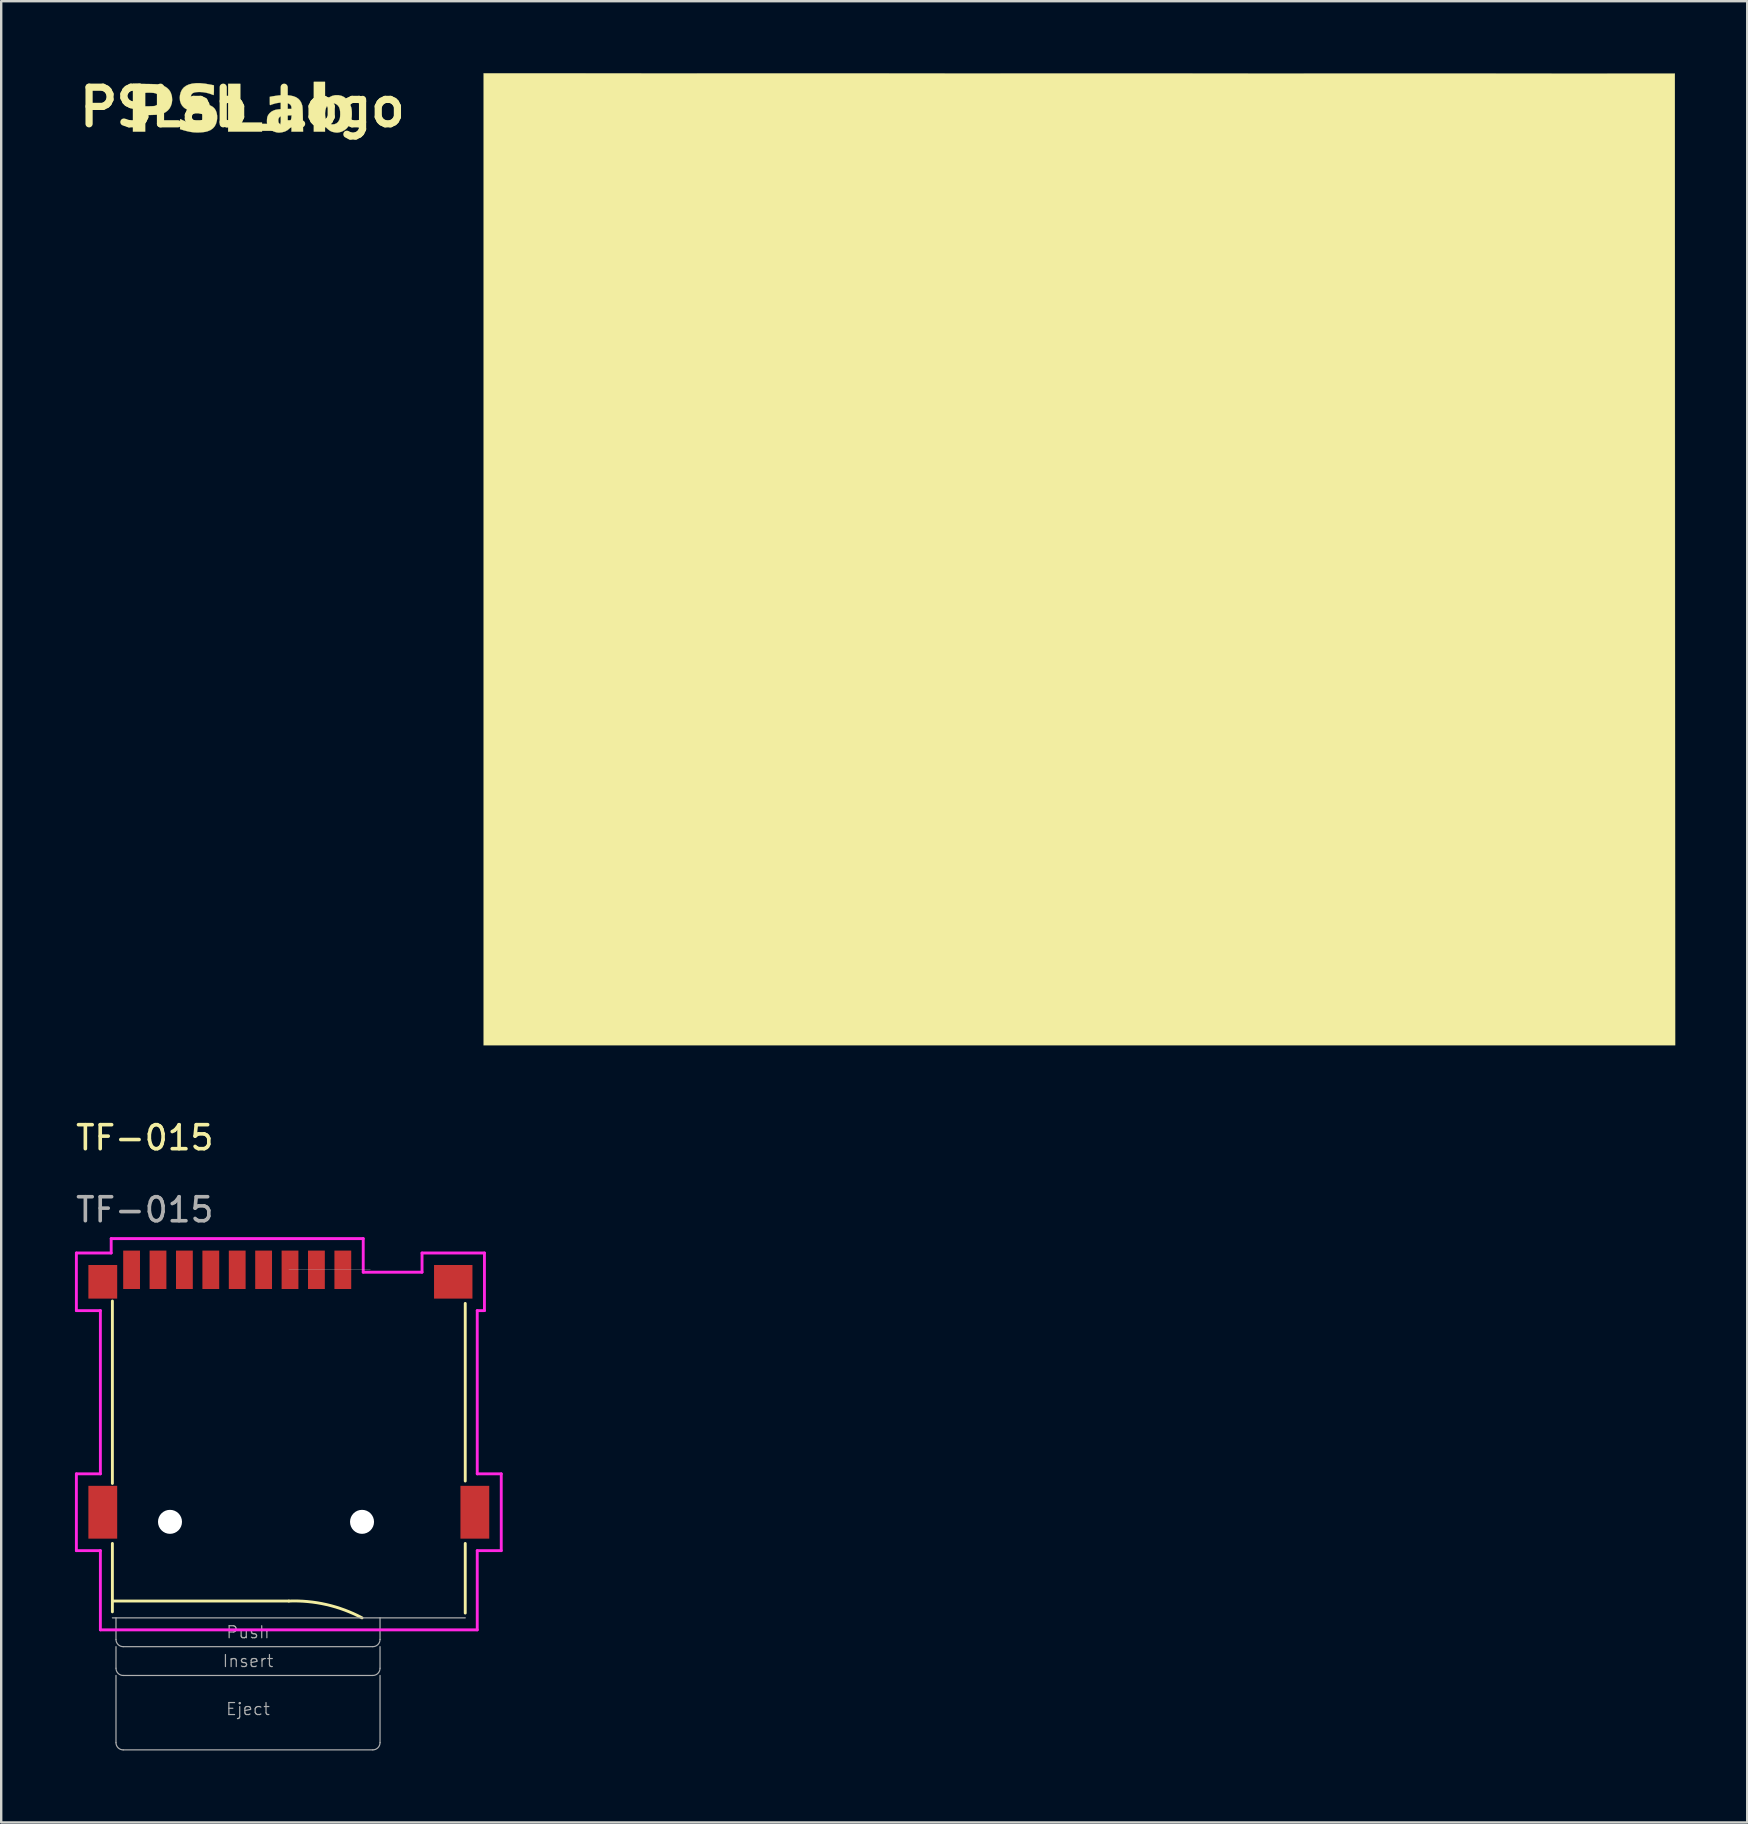
<source format=kicad_pcb>
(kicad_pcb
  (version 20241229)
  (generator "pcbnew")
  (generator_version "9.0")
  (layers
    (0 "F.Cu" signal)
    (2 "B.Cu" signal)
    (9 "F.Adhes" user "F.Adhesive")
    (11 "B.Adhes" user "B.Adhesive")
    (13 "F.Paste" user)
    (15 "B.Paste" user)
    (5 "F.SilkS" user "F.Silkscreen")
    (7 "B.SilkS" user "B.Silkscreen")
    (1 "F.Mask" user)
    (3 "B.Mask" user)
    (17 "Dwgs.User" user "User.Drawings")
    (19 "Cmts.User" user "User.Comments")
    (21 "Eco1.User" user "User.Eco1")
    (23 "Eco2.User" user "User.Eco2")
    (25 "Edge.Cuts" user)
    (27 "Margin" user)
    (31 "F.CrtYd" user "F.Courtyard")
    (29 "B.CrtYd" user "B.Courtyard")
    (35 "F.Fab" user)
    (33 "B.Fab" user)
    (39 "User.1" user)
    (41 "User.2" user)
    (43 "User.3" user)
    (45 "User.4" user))
  (footprint "PSLab_Logo"
    (layer "F.Cu")
    (at 7.047 1.418)
    (property "Reference" "PSLab_Logo" (at 0 0 0) (layer "F.SilkS") (effects (font (size 1.524 1.524) (thickness 0.3))))
    (attr through_hole)
    (fp_poly (pts (xy -0.085 0.635) (xy 0.818 0.635) (xy 0.818 1.016) (xy -0.593 1.016) (xy -0.593 -0.974) (xy -0.085 -0.974) (xy -0.085 0.635)) (stroke (width 0.01) (type solid)) (fill yes) (layer "F.SilkS"))
    (fp_poly (pts (xy -4.032 -0.97) (xy -3.883 -0.968) (xy -3.758 -0.965) (xy -3.655 -0.962) (xy -3.571 -0.958) (xy -3.502 -0.953) (xy -3.445 -0.945) (xy -3.396 -0.935) (xy -3.353 -0.922) (xy -3.313 -0.907) (xy -3.271 -0.888) (xy -3.244 -0.874) (xy -3.136 -0.806) (xy -3.051 -0.722) (xy -2.988 -0.621) (xy -2.946 -0.501) (xy -2.933 -0.434) (xy -2.924 -0.3) (xy -2.939 -0.173) (xy -2.977 -0.055) (xy -3.034 0.05) (xy -3.111 0.139) (xy -3.206 0.209) (xy -3.237 0.226) (xy -3.299 0.254) (xy -3.357 0.276) (xy -3.418 0.292) (xy -3.486 0.304) (xy -3.567 0.312) (xy -3.667 0.317) (xy -3.771 0.321) (xy -4.05 0.328) (xy -4.05 1.016) (xy -4.558 1.016) (xy -4.558 -0.607) (xy -4.05 -0.607) (xy -4.05 -0.042) (xy -3.87 -0.042) (xy -3.796 -0.044) (xy -3.728 -0.047) (xy -3.673 -0.051) (xy -3.638 -0.057) (xy -3.638 -0.057) (xy -3.565 -0.091) (xy -3.508 -0.143) (xy -3.468 -0.209) (xy -3.448 -0.284) (xy -3.447 -0.362) (xy -3.468 -0.44) (xy -3.51 -0.51) (xy -3.524 -0.526) (xy -3.566 -0.558) (xy -3.621 -0.582) (xy -3.693 -0.597) (xy -3.787 -0.605) (xy -3.876 -0.607) (xy -4.05 -0.607) (xy -4.558 -0.607) (xy -4.558 -0.976) (xy -4.032 -0.97)) (stroke (width 0.01) (type solid)) (fill yes) (layer "F.SilkS"))
    (fp_poly (pts (xy 3.443 -0.253) (xy 3.52 -0.331) (xy 3.617 -0.413) (xy 3.726 -0.468) (xy 3.846 -0.499) (xy 3.883 -0.503) (xy 4.014 -0.501) (xy 4.134 -0.474) (xy 4.243 -0.422) (xy 4.339 -0.346) (xy 4.421 -0.247) (xy 4.488 -0.127) (xy 4.538 0.015) (xy 4.539 0.02) (xy 4.553 0.094) (xy 4.56 0.186) (xy 4.562 0.287) (xy 4.558 0.387) (xy 4.549 0.477) (xy 4.539 0.526) (xy 4.494 0.66) (xy 4.43 0.778) (xy 4.349 0.878) (xy 4.253 0.957) (xy 4.145 1.014) (xy 4.044 1.043) (xy 3.99 1.052) (xy 3.948 1.056) (xy 3.907 1.054) (xy 3.854 1.047) (xy 3.826 1.042) (xy 3.736 1.021) (xy 3.657 0.984) (xy 3.58 0.929) (xy 3.534 0.887) (xy 3.443 0.8) (xy 3.443 1.016) (xy 2.977 1.016) (xy 2.977 0.237) (xy 3.445 0.237) (xy 3.447 0.345) (xy 3.463 0.448) (xy 3.491 0.539) (xy 3.521 0.593) (xy 3.58 0.655) (xy 3.655 0.697) (xy 3.74 0.715) (xy 3.829 0.708) (xy 3.845 0.704) (xy 3.925 0.669) (xy 3.989 0.611) (xy 4.033 0.538) (xy 4.052 0.493) (xy 4.064 0.448) (xy 4.071 0.394) (xy 4.075 0.321) (xy 4.076 0.312) (xy 4.074 0.188) (xy 4.06 0.085) (xy 4.03 0.001) (xy 3.986 -0.067) (xy 3.985 -0.068) (xy 3.921 -0.123) (xy 3.846 -0.156) (xy 3.765 -0.168) (xy 3.685 -0.158) (xy 3.61 -0.128) (xy 3.546 -0.077) (xy 3.52 -0.044) (xy 3.482 0.035) (xy 3.457 0.132) (xy 3.445 0.237) (xy 2.977 0.237) (xy 2.977 -1.058) (xy 3.443 -1.058) (xy 3.443 -0.253)) (stroke (width 0.01) (type solid)) (fill yes) (layer "F.SilkS"))
    (fp_poly (pts (xy 1.834 -0.503) (xy 1.991 -0.488) (xy 2.124 -0.46) (xy 2.235 -0.417) (xy 2.326 -0.358) (xy 2.398 -0.283) (xy 2.453 -0.19) (xy 2.493 -0.078) (xy 2.495 -0.071) (xy 2.501 -0.038) (xy 2.506 0.009) (xy 2.51 0.074) (xy 2.514 0.158) (xy 2.517 0.264) (xy 2.52 0.395) (xy 2.522 0.512) (xy 2.529 1.016) (xy 2.046 1.016) (xy 2.046 0.799) (xy 1.969 0.878) (xy 1.876 0.957) (xy 1.772 1.011) (xy 1.655 1.042) (xy 1.644 1.044) (xy 1.575 1.052) (xy 1.522 1.056) (xy 1.476 1.053) (xy 1.425 1.045) (xy 1.414 1.043) (xy 1.302 1.008) (xy 1.203 0.951) (xy 1.122 0.873) (xy 1.062 0.779) (xy 1.06 0.776) (xy 1.041 0.729) (xy 1.03 0.685) (xy 1.025 0.632) (xy 1.024 0.579) (xy 1.024 0.572) (xy 1.497 0.572) (xy 1.508 0.631) (xy 1.512 0.641) (xy 1.548 0.689) (xy 1.604 0.722) (xy 1.671 0.74) (xy 1.746 0.742) (xy 1.822 0.726) (xy 1.889 0.695) (xy 1.961 0.635) (xy 2.011 0.558) (xy 2.039 0.463) (xy 2.043 0.429) (xy 2.05 0.335) (xy 1.854 0.341) (xy 1.749 0.347) (xy 1.667 0.358) (xy 1.606 0.374) (xy 1.562 0.397) (xy 1.531 0.429) (xy 1.517 0.451) (xy 1.5 0.507) (xy 1.497 0.572) (xy 1.024 0.572) (xy 1.026 0.514) (xy 1.032 0.453) (xy 1.04 0.406) (xy 1.042 0.399) (xy 1.078 0.32) (xy 1.136 0.246) (xy 1.209 0.184) (xy 1.225 0.175) (xy 1.28 0.145) (xy 1.338 0.121) (xy 1.402 0.103) (xy 1.478 0.091) (xy 1.569 0.082) (xy 1.681 0.076) (xy 1.767 0.074) (xy 2.046 0.068) (xy 2.046 0.016) (xy 2.034 -0.053) (xy 1.998 -0.108) (xy 1.938 -0.15) (xy 1.854 -0.178) (xy 1.745 -0.193) (xy 1.722 -0.194) (xy 1.555 -0.192) (xy 1.394 -0.166) (xy 1.23 -0.117) (xy 1.168 -0.092) (xy 1.157 -0.09) (xy 1.15 -0.096) (xy 1.146 -0.115) (xy 1.144 -0.151) (xy 1.143 -0.208) (xy 1.143 -0.258) (xy 1.143 -0.434) (xy 1.266 -0.457) (xy 1.494 -0.491) (xy 1.704 -0.505) (xy 1.834 -0.503)) (stroke (width 0.01) (type solid)) (fill yes) (layer "F.SilkS"))
    (fp_poly (pts (xy -1.748 -1.001) (xy -1.548 -0.981) (xy -1.33 -0.943) (xy -1.185 -0.914) (xy -1.185 -0.711) (xy -1.186 -0.637) (xy -1.189 -0.576) (xy -1.192 -0.532) (xy -1.197 -0.51) (xy -1.198 -0.508) (xy -1.218 -0.513) (xy -1.253 -0.526) (xy -1.274 -0.535) (xy -1.389 -0.576) (xy -1.52 -0.608) (xy -1.655 -0.628) (xy -1.783 -0.636) (xy -1.9 -0.631) (xy -1.992 -0.617) (xy -2.061 -0.59) (xy -2.109 -0.551) (xy -2.137 -0.498) (xy -2.147 -0.431) (xy -2.146 -0.395) (xy -2.13 -0.355) (xy -2.094 -0.314) (xy -2.042 -0.278) (xy -1.98 -0.251) (xy -1.974 -0.25) (xy -1.928 -0.238) (xy -1.863 -0.223) (xy -1.791 -0.207) (xy -1.743 -0.197) (xy -1.572 -0.158) (xy -1.429 -0.113) (xy -1.312 -0.063) (xy -1.222 -0.007) (xy -1.164 0.047) (xy -1.109 0.132) (xy -1.071 0.234) (xy -1.051 0.35) (xy -1.051 0.474) (xy -1.064 0.569) (xy -1.1 0.693) (xy -1.156 0.798) (xy -1.233 0.884) (xy -1.33 0.952) (xy -1.449 1.001) (xy -1.533 1.023) (xy -1.626 1.037) (xy -1.735 1.047) (xy -1.851 1.051) (xy -1.963 1.049) (xy -2.044 1.043) (xy -2.161 1.027) (xy -2.278 1.003) (xy -2.406 0.97) (xy -2.473 0.95) (xy -2.596 0.913) (xy -2.596 0.703) (xy -2.596 0.63) (xy -2.595 0.568) (xy -2.594 0.522) (xy -2.592 0.497) (xy -2.591 0.494) (xy -2.577 0.499) (xy -2.543 0.514) (xy -2.497 0.535) (xy -2.48 0.542) (xy -2.343 0.598) (xy -2.209 0.64) (xy -2.078 0.669) (xy -1.955 0.685) (xy -1.843 0.687) (xy -1.744 0.676) (xy -1.662 0.651) (xy -1.599 0.613) (xy -1.565 0.573) (xy -1.544 0.516) (xy -1.539 0.449) (xy -1.551 0.386) (xy -1.559 0.367) (xy -1.588 0.333) (xy -1.637 0.301) (xy -1.71 0.27) (xy -1.808 0.24) (xy -1.919 0.212) (xy -2.026 0.187) (xy -2.112 0.165) (xy -2.18 0.145) (xy -2.239 0.124) (xy -2.292 0.102) (xy -2.329 0.084) (xy -2.429 0.019) (xy -2.507 -0.063) (xy -2.564 -0.161) (xy -2.598 -0.273) (xy -2.608 -0.398) (xy -2.599 -0.501) (xy -2.567 -0.627) (xy -2.514 -0.735) (xy -2.439 -0.825) (xy -2.343 -0.896) (xy -2.225 -0.95) (xy -2.087 -0.985) (xy -1.928 -1.002) (xy -1.748 -1.001)) (stroke (width 0.01) (type solid)) (fill yes) (layer "F.SilkS")))
  (footprint "silkscreen"
    (layer "F.Cu")
    (at 39.493 19.944)
    (property "Reference" "silkscreen" (at 0 0 0) (layer "F.SilkS") (effects (font (size 1.27 1.27) (thickness 0.15))))
    (attr through_hole)
    (fp_poly (pts (xy 27.231 -19.928) (xy 27.236 0.312) (xy 27.242 20.553) (xy -22.394 20.553) (xy -22.394 -19.939) (xy 27.231 -19.928)) (stroke (width 0.01) (type solid)) (fill yes) (layer "F.SilkS")))
  (footprint "TF-015"
    (layer "F.Cu")
    (at 8.982 49.85)
    (property "Reference" "TF-015" (at -6 -5.5 0) (unlocked yes) (layer "F.SilkS") (effects (font (size 1 1) (thickness 0.15))))
    (attr through_hole)
    (fp_line (start -7.35 8.9) (end -7.35 1.3) (stroke (width 0.12) (type solid)) (layer "F.SilkS"))
    (fp_line (start -7.35 13.8) (end 0 13.8) (stroke (width 0.12) (type solid)) (layer "F.SilkS"))
    (fp_line (start -7.35 14.25) (end -7.35 11.4) (stroke (width 0.12) (type solid)) (layer "F.SilkS"))
    (fp_line (start 7.35 8.8) (end 7.35 1.4) (stroke (width 0.12) (type solid)) (layer "F.SilkS"))
    (fp_line (start 7.35 14.3) (end 7.35 11.4) (stroke (width 0.12) (type solid)) (layer "F.SilkS"))
    (fp_arc (start 0 13.8) (mid 1.571389 13.947876) (end 3.049999 14.5) (stroke (width 0.12) (type solid)) (layer "F.SilkS"))
    (fp_line (start 3.4 0) (end 0 0) (stroke (width 0.01) (type solid)) (layer "Dwgs.User"))
    (fp_line (start -8.85 -0.7) (end -8.85 1.7) (stroke (width 0.12) (type solid)) (layer "F.CrtYd"))
    (fp_line (start -8.85 -0.7) (end -7.4 -0.7) (stroke (width 0.12) (type solid)) (layer "F.CrtYd"))
    (fp_line (start -8.85 1.7) (end -7.85 1.7) (stroke (width 0.12) (type solid)) (layer "F.CrtYd"))
    (fp_line (start -8.85 8.5) (end -8.85 11.7) (stroke (width 0.12) (type solid)) (layer "F.CrtYd"))
    (fp_line (start -8.85 11.7) (end -7.85 11.7) (stroke (width 0.12) (type solid)) (layer "F.CrtYd"))
    (fp_line (start -7.85 8.5) (end -8.85 8.5) (stroke (width 0.12) (type solid)) (layer "F.CrtYd"))
    (fp_line (start -7.85 8.5) (end -7.85 1.7) (stroke (width 0.12) (type solid)) (layer "F.CrtYd"))
    (fp_line (start -7.85 11.7) (end -7.85 15) (stroke (width 0.12) (type solid)) (layer "F.CrtYd"))
    (fp_line (start -7.85 15) (end 7.85 15) (stroke (width 0.12) (type solid)) (layer "F.CrtYd"))
    (fp_line (start -7.4 -1.3) (end 3.1 -1.3) (stroke (width 0.12) (type solid)) (layer "F.CrtYd"))
    (fp_line (start -7.4 -0.7) (end -7.4 -1.3) (stroke (width 0.12) (type solid)) (layer "F.CrtYd"))
    (fp_line (start 3.1 -1.3) (end 3.1 0.1) (stroke (width 0.12) (type solid)) (layer "F.CrtYd"))
    (fp_line (start 3.1 0.1) (end 5.55 0.1) (stroke (width 0.12) (type solid)) (layer "F.CrtYd"))
    (fp_line (start 5.55 -0.7) (end 8.15 -0.7) (stroke (width 0.12) (type solid)) (layer "F.CrtYd"))
    (fp_line (start 5.55 0.1) (end 5.55 -0.7) (stroke (width 0.12) (type solid)) (layer "F.CrtYd"))
    (fp_line (start 7.85 1.7) (end 8.15 1.7) (stroke (width 0.12) (type solid)) (layer "F.CrtYd"))
    (fp_line (start 7.85 8.5) (end 7.85 1.7) (stroke (width 0.12) (type solid)) (layer "F.CrtYd"))
    (fp_line (start 7.85 11.7) (end 8.85 11.7) (stroke (width 0.12) (type solid)) (layer "F.CrtYd"))
    (fp_line (start 7.85 15) (end 7.85 11.7) (stroke (width 0.12) (type solid)) (layer "F.CrtYd"))
    (fp_line (start 8.15 -0.7) (end 8.15 1.7) (stroke (width 0.12) (type solid)) (layer "F.CrtYd"))
    (fp_line (start 8.85 8.5) (end 7.85 8.5) (stroke (width 0.12) (type solid)) (layer "F.CrtYd"))
    (fp_line (start 8.85 11.7) (end 8.85 8.5) (stroke (width 0.12) (type solid)) (layer "F.CrtYd"))
    (fp_line (start -7.2 14.5) (end -7.2 15.4) (stroke (width 0.05) (type solid)) (layer "F.Fab"))
    (fp_line (start -7.2 15.7) (end -7.2 16.6) (stroke (width 0.05) (type solid)) (layer "F.Fab"))
    (fp_line (start -7.2 16.9) (end -7.2 19.7) (stroke (width 0.05) (type solid)) (layer "F.Fab"))
    (fp_line (start -6.9 15.7) (end 3.5 15.7) (stroke (width 0.05) (type solid)) (layer "F.Fab"))
    (fp_line (start -6.9 16.9) (end 3.5 16.9) (stroke (width 0.05) (type solid)) (layer "F.Fab"))
    (fp_line (start -6.9 20) (end 3.5 20) (stroke (width 0.05) (type solid)) (layer "F.Fab"))
    (fp_line (start 3.8 15.4) (end 3.8 14.5) (stroke (width 0.05) (type solid)) (layer "F.Fab"))
    (fp_line (start 3.8 16.6) (end 3.8 15.7) (stroke (width 0.05) (type solid)) (layer "F.Fab"))
    (fp_line (start 3.8 19.7) (end 3.8 16.9) (stroke (width 0.05) (type solid)) (layer "F.Fab"))
    (fp_line (start 7.35 14.5) (end -7.35 14.5) (stroke (width 0.05) (type solid)) (layer "F.Fab"))
    (fp_arc (start -6.900001 15.700001) (mid -7.112133 15.612132) (end -7.2 15.4) (stroke (width 0.05) (type solid)) (layer "F.Fab"))
    (fp_arc (start -6.900001 16.900001) (mid -7.112133 16.812132) (end -7.2 16.6) (stroke (width 0.05) (type solid)) (layer "F.Fab"))
    (fp_arc (start -6.900001 20.000001) (mid -7.112133 19.912132) (end -7.2 19.7) (stroke (width 0.05) (type solid)) (layer "F.Fab"))
    (fp_arc (start 3.800001 15.400001) (mid 3.712132 15.612133) (end 3.5 15.7) (stroke (width 0.05) (type solid)) (layer "F.Fab"))
    (fp_arc (start 3.800001 16.600001) (mid 3.712132 16.812133) (end 3.5 16.9) (stroke (width 0.05) (type solid)) (layer "F.Fab"))
    (fp_arc (start 3.800001 19.700001) (mid 3.712132 19.912133) (end 3.5 20) (stroke (width 0.05) (type solid)) (layer "F.Fab"))
    (fp_text user "Eject" (at -1.7 18.3 0) (unlocked yes) (layer "F.Fab") (effects (font (size 0.5 0.5) (thickness 0.05))))
    (fp_text user "${REFERENCE}" (at -6 -2.5 0) (unlocked yes) (layer "F.Fab") (effects (font (size 1 1) (thickness 0.15))))
    (fp_text user "Insert" (at -1.7 16.3 0) (unlocked yes) (layer "F.Fab") (effects (font (size 0.5 0.5) (thickness 0.05))))
    (fp_text user "Push" (at -1.7 15.1 0) (unlocked yes) (layer "F.Fab") (effects (font (size 0.5 0.5) (thickness 0.05))))
    (pad "" np_thru_hole circle (at -4.95 10.5) (size 1 1) (drill 1) (layers "*.Cu" "*.Mask"))
    (pad "" np_thru_hole circle (at 3.05 10.5) (size 1 1) (drill 1) (layers "*.Cu" "*.Mask"))
    (pad "1" smd rect (at 2.25 0) (size 0.7 1.6) (layers "F.Cu" "F.Mask" "F.Paste"))
    (pad "2" smd rect (at 1.15 0) (size 0.7 1.6) (layers "F.Cu" "F.Mask" "F.Paste"))
    (pad "3" smd rect (at 0.05 0) (size 0.7 1.6) (layers "F.Cu" "F.Mask" "F.Paste"))
    (pad "4" smd rect (at -1.05 0) (size 0.7 1.6) (layers "F.Cu" "F.Mask" "F.Paste"))
    (pad "5" smd rect (at -2.15 0) (size 0.7 1.6) (layers "F.Cu" "F.Mask" "F.Paste"))
    (pad "6" smd rect (at -3.25 0) (size 0.7 1.6) (layers "F.Cu" "F.Mask" "F.Paste"))
    (pad "7" smd rect (at -4.35 0) (size 0.7 1.6) (layers "F.Cu" "F.Mask" "F.Paste"))
    (pad "8" smd rect (at -5.45 0) (size 0.7 1.6) (layers "F.Cu" "F.Mask" "F.Paste"))
    (pad "9" smd rect (at -6.55 0) (size 0.7 1.6) (layers "F.Cu" "F.Mask" "F.Paste"))
    (pad "10" smd rect (at -7.75 0.5) (size 1.2 1.4) (layers "F.Cu" "F.Mask" "F.Paste"))
    (pad "10" smd rect (at -7.75 10.1) (size 1.2 2.2) (layers "F.Cu" "F.Mask" "F.Paste"))
    (pad "10" smd rect (at 6.85 0.5) (size 1.6 1.4) (layers "F.Cu" "F.Mask" "F.Paste"))
    (pad "10" smd rect (at 7.75 10.1) (size 1.2 2.2) (layers "F.Cu" "F.Mask" "F.Paste")))
  (gr_rect
    (start -3 -3)
    (end 69.739 72.875)
    (stroke (width 0.1) (type default))
    (fill no)
    (layer "Edge.Cuts")))
</source>
